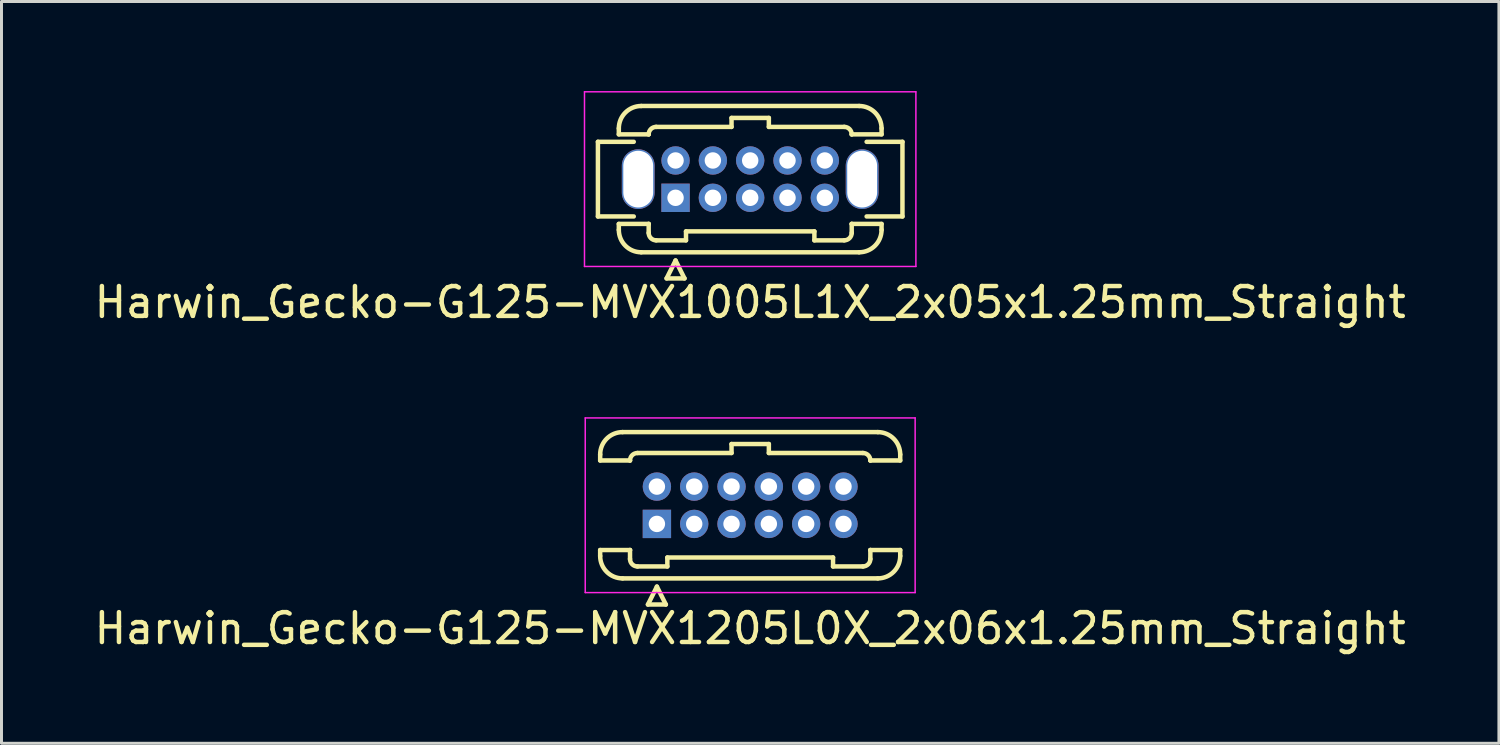
<source format=kicad_pcb>
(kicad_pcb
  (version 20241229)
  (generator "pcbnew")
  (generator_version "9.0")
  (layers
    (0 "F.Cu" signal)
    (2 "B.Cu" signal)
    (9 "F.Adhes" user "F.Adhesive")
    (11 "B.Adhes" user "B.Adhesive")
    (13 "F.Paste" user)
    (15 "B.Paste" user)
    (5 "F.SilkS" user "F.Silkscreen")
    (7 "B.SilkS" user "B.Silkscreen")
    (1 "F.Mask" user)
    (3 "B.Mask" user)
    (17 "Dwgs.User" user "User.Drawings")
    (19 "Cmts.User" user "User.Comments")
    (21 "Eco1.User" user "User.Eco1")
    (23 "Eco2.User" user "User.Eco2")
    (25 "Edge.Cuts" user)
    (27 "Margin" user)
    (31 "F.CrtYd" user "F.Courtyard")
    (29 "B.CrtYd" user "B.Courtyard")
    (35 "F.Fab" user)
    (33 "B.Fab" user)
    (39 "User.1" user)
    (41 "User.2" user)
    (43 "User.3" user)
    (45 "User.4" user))
  (footprint "Harwin_Gecko-G125-MVX1005L1X_2x05x1.25mm_Straight"
    (layer "F.Cu")
    (at 19.577 3.575)
    (property "Reference" "Harwin_Gecko-G125-MVX1005L1X_2x05x1.25mm_Straight" (at 2.5 3.5 0) (layer "F.SilkS") (effects (font (size 1 1) (thickness 0.15))))
    (attr through_hole)
    (fp_line (start -2.6 -1.875) (end -2.6 0.625) (stroke (width 0.15) (type solid)) (layer "F.SilkS"))
    (fp_line (start -2.6 0.625) (end -1.4 0.625) (stroke (width 0.15) (type solid)) (layer "F.SilkS"))
    (fp_line (start -1.9 -2.325) (end -1.9 -2.125) (stroke (width 0.15) (type solid)) (layer "F.SilkS"))
    (fp_line (start -1.9 -2.125) (end -0.9 -2.125) (stroke (width 0.15) (type solid)) (layer "F.SilkS"))
    (fp_line (start -1.9 0.875) (end -0.9 0.875) (stroke (width 0.15) (type solid)) (layer "F.SilkS"))
    (fp_line (start -1.9 1.075) (end -1.9 0.875) (stroke (width 0.15) (type solid)) (layer "F.SilkS"))
    (fp_line (start -1.4 -1.875) (end -2.6 -1.875) (stroke (width 0.15) (type solid)) (layer "F.SilkS"))
    (fp_line (start -1.15 -3.075) (end 6.15 -3.075) (stroke (width 0.15) (type solid)) (layer "F.SilkS"))
    (fp_line (start -1.15 1.825) (end 6.15 1.825) (stroke (width 0.15) (type solid)) (layer "F.SilkS"))
    (fp_line (start -0.9 -2.125) (end -0.9 -2.125) (stroke (width 0.15) (type solid)) (layer "F.SilkS"))
    (fp_line (start -0.9 0.875) (end -0.9 0.875) (stroke (width 0.15) (type solid)) (layer "F.SilkS"))
    (fp_line (start -0.9 1.175) (end -0.9 0.875) (stroke (width 0.15) (type solid)) (layer "F.SilkS"))
    (fp_line (start -0.65 -2.375) (end 1.875 -2.375) (stroke (width 0.15) (type solid)) (layer "F.SilkS"))
    (fp_line (start -0.65 1.425) (end 0.35 1.425) (stroke (width 0.15) (type solid)) (layer "F.SilkS"))
    (fp_line (start -0.3 2.7) (end 0.3 2.7) (stroke (width 0.15) (type solid)) (layer "F.SilkS"))
    (fp_line (start 0 2.1) (end -0.3 2.7) (stroke (width 0.15) (type solid)) (layer "F.SilkS"))
    (fp_line (start 0.3 2.7) (end 0 2.1) (stroke (width 0.15) (type solid)) (layer "F.SilkS"))
    (fp_line (start 0.35 1.125) (end 4.65 1.125) (stroke (width 0.15) (type solid)) (layer "F.SilkS"))
    (fp_line (start 0.35 1.425) (end 0.35 1.125) (stroke (width 0.15) (type solid)) (layer "F.SilkS"))
    (fp_line (start 1.875 -2.675) (end 3.125 -2.675) (stroke (width 0.15) (type solid)) (layer "F.SilkS"))
    (fp_line (start 1.875 -2.375) (end 1.875 -2.675) (stroke (width 0.15) (type solid)) (layer "F.SilkS"))
    (fp_line (start 3.125 -2.675) (end 3.125 -2.375) (stroke (width 0.15) (type solid)) (layer "F.SilkS"))
    (fp_line (start 3.125 -2.375) (end 5.65 -2.375) (stroke (width 0.15) (type solid)) (layer "F.SilkS"))
    (fp_line (start 4.65 1.125) (end 4.65 1.425) (stroke (width 0.15) (type solid)) (layer "F.SilkS"))
    (fp_line (start 4.65 1.425) (end 5.65 1.425) (stroke (width 0.15) (type solid)) (layer "F.SilkS"))
    (fp_line (start 5.9 -2.125) (end 5.9 -2.125) (stroke (width 0.15) (type solid)) (layer "F.SilkS"))
    (fp_line (start 5.9 0.875) (end 5.9 0.875) (stroke (width 0.15) (type solid)) (layer "F.SilkS"))
    (fp_line (start 5.9 1.175) (end 5.9 0.875) (stroke (width 0.15) (type solid)) (layer "F.SilkS"))
    (fp_line (start 6.4 -1.875) (end 7.6 -1.875) (stroke (width 0.15) (type solid)) (layer "F.SilkS"))
    (fp_line (start 6.9 -2.325) (end 6.9 -2.125) (stroke (width 0.15) (type solid)) (layer "F.SilkS"))
    (fp_line (start 6.9 -2.125) (end 5.9 -2.125) (stroke (width 0.15) (type solid)) (layer "F.SilkS"))
    (fp_line (start 6.9 0.875) (end 5.9 0.875) (stroke (width 0.15) (type solid)) (layer "F.SilkS"))
    (fp_line (start 6.9 1.075) (end 6.9 0.875) (stroke (width 0.15) (type solid)) (layer "F.SilkS"))
    (fp_line (start 7.6 -1.875) (end 7.6 0.625) (stroke (width 0.15) (type solid)) (layer "F.SilkS"))
    (fp_line (start 7.6 0.625) (end 6.4 0.625) (stroke (width 0.15) (type solid)) (layer "F.SilkS"))
    (fp_arc (start -1.9 -2.325) (mid -1.68033 -2.85533) (end -1.15 -3.075) (stroke (width 0.15) (type solid)) (layer "F.SilkS"))
    (fp_arc (start -1.15 1.825) (mid -1.68033 1.60533) (end -1.9 1.075) (stroke (width 0.15) (type solid)) (layer "F.SilkS"))
    (fp_arc (start -0.9 -2.125) (mid -0.826777 -2.301777) (end -0.65 -2.375) (stroke (width 0.15) (type solid)) (layer "F.SilkS"))
    (fp_arc (start -0.65 1.425) (mid -0.826777 1.351777) (end -0.9 1.175) (stroke (width 0.15) (type solid)) (layer "F.SilkS"))
    (fp_arc (start 5.65 -2.375) (mid 5.826777 -2.301777) (end 5.9 -2.125) (stroke (width 0.15) (type solid)) (layer "F.SilkS"))
    (fp_arc (start 5.9 1.175) (mid 5.826777 1.351777) (end 5.65 1.425) (stroke (width 0.15) (type solid)) (layer "F.SilkS"))
    (fp_arc (start 6.15 -3.075) (mid 6.68033 -2.85533) (end 6.9 -2.325) (stroke (width 0.15) (type solid)) (layer "F.SilkS"))
    (fp_arc (start 6.9 1.075) (mid 6.68033 1.60533) (end 6.15 1.825) (stroke (width 0.15) (type solid)) (layer "F.SilkS"))
    (fp_line (start -3.05 -3.55) (end -3.05 2.3) (stroke (width 0.05) (type solid)) (layer "F.CrtYd"))
    (fp_line (start -3.05 2.3) (end 8.05 2.3) (stroke (width 0.05) (type solid)) (layer "F.CrtYd"))
    (fp_line (start 8.05 -3.55) (end -3.05 -3.55) (stroke (width 0.05) (type solid)) (layer "F.CrtYd"))
    (fp_line (start 8.05 2.3) (end 8.05 -3.55) (stroke (width 0.05) (type solid)) (layer "F.CrtYd"))
    (pad "" np_thru_hole oval (at -1.25 -0.625) (size 1.1 2) (drill oval 1 1.9) (layers "*.Cu" "*.Mask"))
    (pad "" np_thru_hole oval (at 6.25 -0.625) (size 1.1 2) (drill oval 1 1.9) (layers "*.Cu" "*.Mask"))
    (pad "1" thru_hole rect (at 0 0) (size 0.95 0.95) (drill 0.55) (layers "*.Cu" "*.Mask"))
    (pad "2" thru_hole circle (at 0 -1.25) (size 0.95 0.95) (drill 0.55) (layers "*.Cu" "*.Mask"))
    (pad "3" thru_hole circle (at 1.25 0) (size 0.95 0.95) (drill 0.55) (layers "*.Cu" "*.Mask"))
    (pad "4" thru_hole circle (at 1.25 -1.25) (size 0.95 0.95) (drill 0.55) (layers "*.Cu" "*.Mask"))
    (pad "5" thru_hole circle (at 2.5 0) (size 0.95 0.95) (drill 0.55) (layers "*.Cu" "*.Mask"))
    (pad "6" thru_hole circle (at 2.5 -1.25) (size 0.95 0.95) (drill 0.55) (layers "*.Cu" "*.Mask"))
    (pad "7" thru_hole circle (at 3.75 0) (size 0.95 0.95) (drill 0.55) (layers "*.Cu" "*.Mask"))
    (pad "8" thru_hole circle (at 3.75 -1.25) (size 0.95 0.95) (drill 0.55) (layers "*.Cu" "*.Mask"))
    (pad "9" thru_hole circle (at 5 0) (size 0.95 0.95) (drill 0.55) (layers "*.Cu" "*.Mask"))
    (pad "10" thru_hole circle (at 5 -1.25) (size 0.95 0.95) (drill 0.55) (layers "*.Cu" "*.Mask")))
  (footprint "Harwin_Gecko-G125-MVX1205L0X_2x06x1.25mm_Straight"
    (layer "F.Cu")
    (at 18.952 14.498)
    (property "Reference" "Harwin_Gecko-G125-MVX1205L0X_2x06x1.25mm_Straight" (at 3.125 3.5 0) (layer "F.SilkS") (effects (font (size 1 1) (thickness 0.15))))
    (attr through_hole)
    (fp_line (start -1.9 -2.325) (end -1.9 -2.125) (stroke (width 0.15) (type solid)) (layer "F.SilkS"))
    (fp_line (start -1.9 -2.125) (end -0.9 -2.125) (stroke (width 0.15) (type solid)) (layer "F.SilkS"))
    (fp_line (start -1.9 0.875) (end -0.9 0.875) (stroke (width 0.15) (type solid)) (layer "F.SilkS"))
    (fp_line (start -1.9 1.075) (end -1.9 0.875) (stroke (width 0.15) (type solid)) (layer "F.SilkS"))
    (fp_line (start -1.15 -3.075) (end 7.4 -3.075) (stroke (width 0.15) (type solid)) (layer "F.SilkS"))
    (fp_line (start -1.15 1.825) (end 7.4 1.825) (stroke (width 0.15) (type solid)) (layer "F.SilkS"))
    (fp_line (start -0.9 -2.125) (end -0.9 -2.125) (stroke (width 0.15) (type solid)) (layer "F.SilkS"))
    (fp_line (start -0.9 0.875) (end -0.9 0.875) (stroke (width 0.15) (type solid)) (layer "F.SilkS"))
    (fp_line (start -0.9 1.175) (end -0.9 0.875) (stroke (width 0.15) (type solid)) (layer "F.SilkS"))
    (fp_line (start -0.65 -2.375) (end 2.5 -2.375) (stroke (width 0.15) (type solid)) (layer "F.SilkS"))
    (fp_line (start -0.65 1.425) (end 0.35 1.425) (stroke (width 0.15) (type solid)) (layer "F.SilkS"))
    (fp_line (start -0.3 2.7) (end 0.3 2.7) (stroke (width 0.15) (type solid)) (layer "F.SilkS"))
    (fp_line (start 0 2.1) (end -0.3 2.7) (stroke (width 0.15) (type solid)) (layer "F.SilkS"))
    (fp_line (start 0.3 2.7) (end 0 2.1) (stroke (width 0.15) (type solid)) (layer "F.SilkS"))
    (fp_line (start 0.35 1.125) (end 5.9 1.125) (stroke (width 0.15) (type solid)) (layer "F.SilkS"))
    (fp_line (start 0.35 1.425) (end 0.35 1.125) (stroke (width 0.15) (type solid)) (layer "F.SilkS"))
    (fp_line (start 2.5 -2.675) (end 3.75 -2.675) (stroke (width 0.15) (type solid)) (layer "F.SilkS"))
    (fp_line (start 2.5 -2.375) (end 2.5 -2.675) (stroke (width 0.15) (type solid)) (layer "F.SilkS"))
    (fp_line (start 3.75 -2.675) (end 3.75 -2.375) (stroke (width 0.15) (type solid)) (layer "F.SilkS"))
    (fp_line (start 3.75 -2.375) (end 6.9 -2.375) (stroke (width 0.15) (type solid)) (layer "F.SilkS"))
    (fp_line (start 5.9 1.125) (end 5.9 1.425) (stroke (width 0.15) (type solid)) (layer "F.SilkS"))
    (fp_line (start 5.9 1.425) (end 6.9 1.425) (stroke (width 0.15) (type solid)) (layer "F.SilkS"))
    (fp_line (start 7.15 -2.125) (end 7.15 -2.125) (stroke (width 0.15) (type solid)) (layer "F.SilkS"))
    (fp_line (start 7.15 0.875) (end 7.15 0.875) (stroke (width 0.15) (type solid)) (layer "F.SilkS"))
    (fp_line (start 7.15 1.175) (end 7.15 0.875) (stroke (width 0.15) (type solid)) (layer "F.SilkS"))
    (fp_line (start 8.15 -2.325) (end 8.15 -2.125) (stroke (width 0.15) (type solid)) (layer "F.SilkS"))
    (fp_line (start 8.15 -2.125) (end 7.15 -2.125) (stroke (width 0.15) (type solid)) (layer "F.SilkS"))
    (fp_line (start 8.15 0.875) (end 7.15 0.875) (stroke (width 0.15) (type solid)) (layer "F.SilkS"))
    (fp_line (start 8.15 1.075) (end 8.15 0.875) (stroke (width 0.15) (type solid)) (layer "F.SilkS"))
    (fp_arc (start -1.9 -2.325) (mid -1.68033 -2.85533) (end -1.15 -3.075) (stroke (width 0.15) (type solid)) (layer "F.SilkS"))
    (fp_arc (start -1.15 1.825) (mid -1.68033 1.60533) (end -1.9 1.075) (stroke (width 0.15) (type solid)) (layer "F.SilkS"))
    (fp_arc (start -0.9 -2.125) (mid -0.826777 -2.301777) (end -0.65 -2.375) (stroke (width 0.15) (type solid)) (layer "F.SilkS"))
    (fp_arc (start -0.65 1.425) (mid -0.826777 1.351777) (end -0.9 1.175) (stroke (width 0.15) (type solid)) (layer "F.SilkS"))
    (fp_arc (start 6.9 -2.375) (mid 7.076777 -2.301777) (end 7.15 -2.125) (stroke (width 0.15) (type solid)) (layer "F.SilkS"))
    (fp_arc (start 7.15 1.175) (mid 7.076777 1.351777) (end 6.9 1.425) (stroke (width 0.15) (type solid)) (layer "F.SilkS"))
    (fp_arc (start 7.4 -3.075) (mid 7.93033 -2.85533) (end 8.15 -2.325) (stroke (width 0.15) (type solid)) (layer "F.SilkS"))
    (fp_arc (start 8.15 1.075) (mid 7.93033 1.60533) (end 7.4 1.825) (stroke (width 0.15) (type solid)) (layer "F.SilkS"))
    (fp_line (start -2.4 -3.55) (end -2.4 2.3) (stroke (width 0.05) (type solid)) (layer "F.CrtYd"))
    (fp_line (start -2.4 2.3) (end 8.65 2.3) (stroke (width 0.05) (type solid)) (layer "F.CrtYd"))
    (fp_line (start 8.65 -3.55) (end -2.4 -3.55) (stroke (width 0.05) (type solid)) (layer "F.CrtYd"))
    (fp_line (start 8.65 2.3) (end 8.65 -3.55) (stroke (width 0.05) (type solid)) (layer "F.CrtYd"))
    (pad "1" thru_hole rect (at 0 0) (size 0.95 0.95) (drill 0.55) (layers "*.Cu" "*.Mask"))
    (pad "2" thru_hole circle (at 0 -1.25) (size 0.95 0.95) (drill 0.55) (layers "*.Cu" "*.Mask"))
    (pad "3" thru_hole circle (at 1.25 0) (size 0.95 0.95) (drill 0.55) (layers "*.Cu" "*.Mask"))
    (pad "4" thru_hole circle (at 1.25 -1.25) (size 0.95 0.95) (drill 0.55) (layers "*.Cu" "*.Mask"))
    (pad "5" thru_hole circle (at 2.5 0) (size 0.95 0.95) (drill 0.55) (layers "*.Cu" "*.Mask"))
    (pad "6" thru_hole circle (at 2.5 -1.25) (size 0.95 0.95) (drill 0.55) (layers "*.Cu" "*.Mask"))
    (pad "7" thru_hole circle (at 3.75 0) (size 0.95 0.95) (drill 0.55) (layers "*.Cu" "*.Mask"))
    (pad "8" thru_hole circle (at 3.75 -1.25) (size 0.95 0.95) (drill 0.55) (layers "*.Cu" "*.Mask"))
    (pad "9" thru_hole circle (at 5 0) (size 0.95 0.95) (drill 0.55) (layers "*.Cu" "*.Mask"))
    (pad "10" thru_hole circle (at 5 -1.25) (size 0.95 0.95) (drill 0.55) (layers "*.Cu" "*.Mask"))
    (pad "11" thru_hole circle (at 6.25 0) (size 0.95 0.95) (drill 0.55) (layers "*.Cu" "*.Mask"))
    (pad "12" thru_hole circle (at 6.25 -1.25) (size 0.95 0.95) (drill 0.55) (layers "*.Cu" "*.Mask")))
  (gr_rect
    (start -3 -3)
    (end 47.155 21.846)
    (stroke (width 0.1) (type default))
    (fill no)
    (layer "Edge.Cuts")))
</source>
